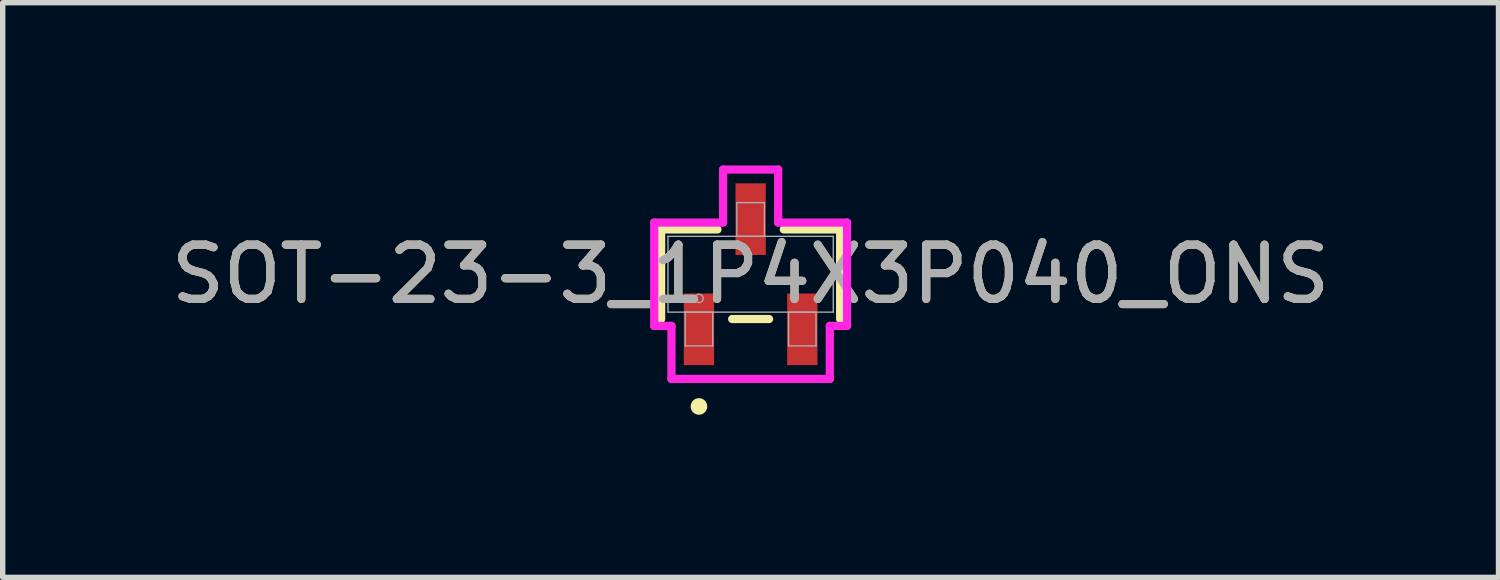
<source format=kicad_pcb>
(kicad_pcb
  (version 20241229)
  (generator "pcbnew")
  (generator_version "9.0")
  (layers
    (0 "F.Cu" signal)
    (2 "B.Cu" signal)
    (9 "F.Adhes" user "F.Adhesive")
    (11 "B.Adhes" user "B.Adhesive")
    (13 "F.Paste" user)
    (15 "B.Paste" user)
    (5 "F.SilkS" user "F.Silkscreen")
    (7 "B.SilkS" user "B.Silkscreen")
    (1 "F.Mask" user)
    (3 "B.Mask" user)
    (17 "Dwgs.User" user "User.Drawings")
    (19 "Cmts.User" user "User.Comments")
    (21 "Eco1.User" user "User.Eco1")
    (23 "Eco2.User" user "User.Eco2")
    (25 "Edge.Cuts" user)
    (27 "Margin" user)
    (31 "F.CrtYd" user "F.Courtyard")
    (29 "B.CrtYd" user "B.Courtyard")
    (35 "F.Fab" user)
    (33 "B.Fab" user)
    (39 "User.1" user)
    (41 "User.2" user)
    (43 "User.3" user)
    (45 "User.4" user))
  (footprint "SOT-23-3_1P4X3P040_ONS"
    (layer "F.Cu")
    (at 10.792 2.007)
    (property "Reference" "SOT-23-3_1P4X3P040_ONS" (at 0 0 0) (unlocked yes) (layer "F.SilkS") (effects (font (size 1 1) (thickness 0.15))))
    (attr smd)
    (fp_line (start -1.651 -0.826) (end -1.651 0.826) (stroke (width 0.152) (type solid)) (layer "F.SilkS"))
    (fp_line (start -0.612 -0.826) (end -1.651 -0.826) (stroke (width 0.152) (type solid)) (layer "F.SilkS"))
    (fp_line (start -0.34 0.826) (end 0.34 0.826) (stroke (width 0.152) (type solid)) (layer "F.SilkS"))
    (fp_line (start 1.651 -0.826) (end 0.612 -0.826) (stroke (width 0.152) (type solid)) (layer "F.SilkS"))
    (fp_line (start 1.651 0.826) (end 1.651 -0.826) (stroke (width 0.152) (type solid)) (layer "F.SilkS"))
    (fp_circle (center -0.953 2.438) (end -0.876 2.438) (stroke (width 0.152) (type solid)) (fill no) (layer "F.SilkS"))
    (fp_line (start -1.778 -0.953) (end -0.508 -0.953) (stroke (width 0.152) (type solid)) (layer "F.CrtYd"))
    (fp_line (start -1.778 0.953) (end -1.778 -0.953) (stroke (width 0.152) (type solid)) (layer "F.CrtYd"))
    (fp_line (start -1.778 0.953) (end -1.46 0.953) (stroke (width 0.152) (type solid)) (layer "F.CrtYd"))
    (fp_line (start -1.46 0.953) (end -1.46 1.93) (stroke (width 0.152) (type solid)) (layer "F.CrtYd"))
    (fp_line (start -1.46 1.93) (end 1.46 1.93) (stroke (width 0.152) (type solid)) (layer "F.CrtYd"))
    (fp_line (start -0.508 -1.93) (end 0.508 -1.93) (stroke (width 0.152) (type solid)) (layer "F.CrtYd"))
    (fp_line (start -0.508 -0.953) (end -0.508 -1.93) (stroke (width 0.152) (type solid)) (layer "F.CrtYd"))
    (fp_line (start 0.508 -0.953) (end 0.508 -1.93) (stroke (width 0.152) (type solid)) (layer "F.CrtYd"))
    (fp_line (start 1.46 0.953) (end 1.46 1.93) (stroke (width 0.152) (type solid)) (layer "F.CrtYd"))
    (fp_line (start 1.778 -0.953) (end 0.508 -0.953) (stroke (width 0.152) (type solid)) (layer "F.CrtYd"))
    (fp_line (start 1.778 -0.953) (end 1.778 0.953) (stroke (width 0.152) (type solid)) (layer "F.CrtYd"))
    (fp_line (start 1.778 0.953) (end 1.46 0.953) (stroke (width 0.152) (type solid)) (layer "F.CrtYd"))
    (fp_line (start -1.524 -0.699) (end -1.524 0.699) (stroke (width 0.025) (type solid)) (layer "F.Fab"))
    (fp_line (start -1.524 0.699) (end 1.524 0.699) (stroke (width 0.025) (type solid)) (layer "F.Fab"))
    (fp_line (start -1.206 0.699) (end -1.206 1.321) (stroke (width 0.025) (type solid)) (layer "F.Fab"))
    (fp_line (start -1.206 1.321) (end -0.699 1.321) (stroke (width 0.025) (type solid)) (layer "F.Fab"))
    (fp_line (start -0.699 0.699) (end -1.206 0.699) (stroke (width 0.025) (type solid)) (layer "F.Fab"))
    (fp_line (start -0.699 1.321) (end -0.699 0.699) (stroke (width 0.025) (type solid)) (layer "F.Fab"))
    (fp_line (start -0.254 -1.321) (end -0.254 -0.699) (stroke (width 0.025) (type solid)) (layer "F.Fab"))
    (fp_line (start -0.254 -0.699) (end 0.254 -0.699) (stroke (width 0.025) (type solid)) (layer "F.Fab"))
    (fp_line (start 0.254 -1.321) (end -0.254 -1.321) (stroke (width 0.025) (type solid)) (layer "F.Fab"))
    (fp_line (start 0.254 -0.699) (end 0.254 -1.321) (stroke (width 0.025) (type solid)) (layer "F.Fab"))
    (fp_line (start 0.699 0.699) (end 0.699 1.321) (stroke (width 0.025) (type solid)) (layer "F.Fab"))
    (fp_line (start 0.699 1.321) (end 1.206 1.321) (stroke (width 0.025) (type solid)) (layer "F.Fab"))
    (fp_line (start 1.206 0.699) (end 0.699 0.699) (stroke (width 0.025) (type solid)) (layer "F.Fab"))
    (fp_line (start 1.206 1.321) (end 1.206 0.699) (stroke (width 0.025) (type solid)) (layer "F.Fab"))
    (fp_line (start 1.524 -0.699) (end -1.524 -0.699) (stroke (width 0.025) (type solid)) (layer "F.Fab"))
    (fp_line (start 1.524 0.699) (end 1.524 -0.699) (stroke (width 0.025) (type solid)) (layer "F.Fab"))
    (fp_circle (center -0.953 0.445) (end -0.876 0.445) (stroke (width 0.025) (type solid)) (fill no) (layer "F.Fab"))
    (fp_text user "${REFERENCE}" (at 0 0 0) (unlocked yes) (layer "F.Fab") (effects (font (size 1 1) (thickness 0.15))))
    (pad "1" smd rect (at -0.953 1.016) (size 0.559 1.321) (layers "F.Cu" "F.Mask" "F.Paste"))
    (pad "2" smd rect (at 0.953 1.016) (size 0.559 1.321) (layers "F.Cu" "F.Mask" "F.Paste"))
    (pad "3" smd rect (at 0 -1.016) (size 0.559 1.321) (layers "F.Cu" "F.Mask" "F.Paste")))
  (gr_rect
    (start -3 -3)
    (end 24.583 7.597)
    (stroke (width 0.1) (type default))
    (fill no)
    (layer "Edge.Cuts")))
</source>
